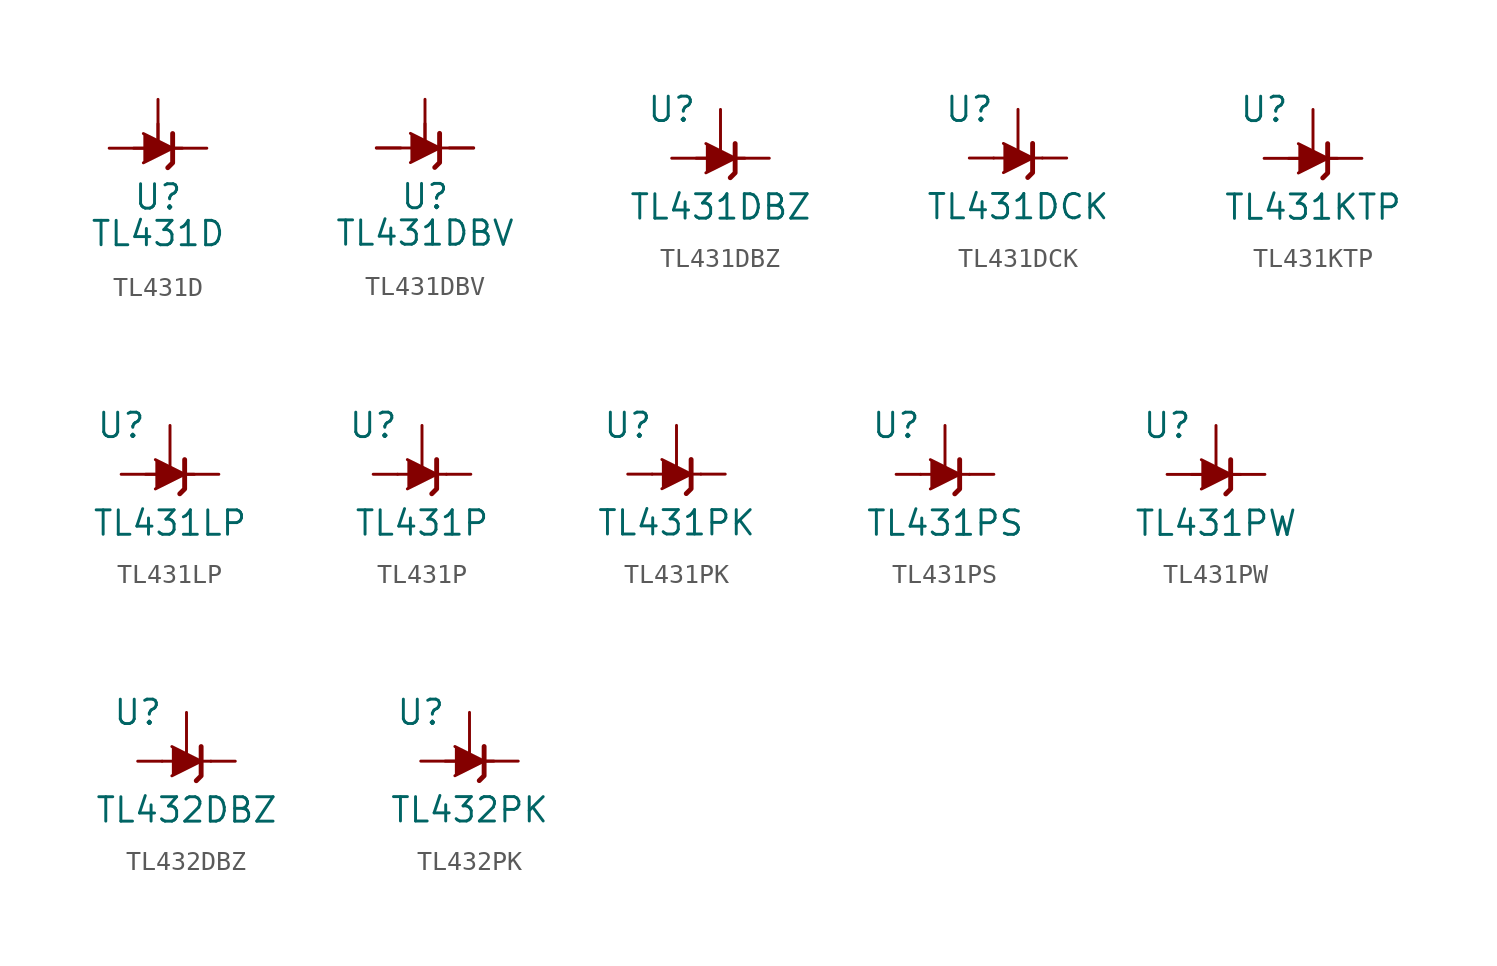
<source format=kicad_sym>
(kicad_symbol_lib
  (version 20201005)
  (generator kicad_symbol_editor)
  (symbol "TL431D"
    (pin_numbers hide)
    (pin_names hide)
    (property "Reference" "U"
      (at 0 -2.54 0)
      (effects (font (size 1.27 1.27))))
    (property "Value" "TL431D"
      (at 0 -4.445 0)
      (effects (font (size 1.27 1.27))))
    (symbol "TL431D_0_1"
      (polyline (pts (xy -1.27 0) (xy 0 0) (xy 1.27 0)) (stroke (width 0)) (fill (type none)))
      (polyline (pts (xy 0.508 -1.016) (xy 0.762 -0.762) (xy 0.762 0.762) (xy 0.762 0.762)) (stroke (width 0.254)) (fill (type none)))
      (polyline (pts (xy -0.762 0.762) (xy 0.762 0) (xy -0.762 -0.762)) (stroke (width 0)) (fill (type outline))))
    (symbol "TL431D_1_1"
      (polyline (pts (xy 0 1.27) (xy 0 0)) (stroke (width 0)) (fill (type none)))
      (pin passive line (at 2.54 0 180) (length 2.54) (name "K" (effects (font (size 1.27 1.27)))) (number "1" (effects (font (size 1.27 1.27)))))
      (pin passive line (at -2.54 0 0) (length 2.54) (name "A" (effects (font (size 1.27 1.27)))) (number "2" (effects (font (size 1.27 1.27)))))
      (pin passive line (at -2.54 0 0) (length 2.54) hide (name "A" (effects (font (size 1.27 1.27)))) (number "3" (effects (font (size 1.27 1.27)))))
      (pin passive line (at -2.54 0 0) (length 2.54) hide (name "A" (effects (font (size 1.27 1.27)))) (number "6" (effects (font (size 1.27 1.27)))))
      (pin passive line (at -2.54 0 0) (length 2.54) hide (name "A" (effects (font (size 1.27 1.27)))) (number "7" (effects (font (size 1.27 1.27)))))
      (pin passive line (at 0 2.54 270) (length 2.54) (name "REF" (effects (font (size 1.27 1.27)))) (number "8" (effects (font (size 1.27 1.27)))))))
  (symbol "TL431DBV"
    (pin_numbers hide)
    (pin_names hide)
    (property "Reference" "U"
      (at 0 -2.54 0)
      (effects (font (size 1.27 1.27))))
    (property "Value" "TL431DBV"
      (at 0 -4.445 0)
      (effects (font (size 1.27 1.27))))
    (symbol "TL431DBV_0_1"
      (polyline (pts (xy -2.54 0) (xy 0 0) (xy 2.54 0)) (stroke (width 0)) (fill (type none)))
      (polyline (pts (xy 0.508 -1.016) (xy 0.762 -0.762) (xy 0.762 0.762) (xy 0.762 0.762)) (stroke (width 0.254)) (fill (type none)))
      (polyline (pts (xy -0.762 0.762) (xy 0.762 0) (xy -0.762 -0.762)) (stroke (width 0)) (fill (type outline))))
    (symbol "TL431DBV_1_1"
      (polyline (pts (xy 0 1.27) (xy 0 0)) (stroke (width 0)) (fill (type none)))
      (pin passive line (at 2.54 0 180) (length 1.27) (name "K" (effects (font (size 1.27 1.27)))) (number "3" (effects (font (size 1.27 1.27)))))
      (pin passive line (at 0 2.54 270) (length 2.54) (name "REF" (effects (font (size 1.27 1.27)))) (number "4" (effects (font (size 1.27 1.27)))))
      (pin passive line (at -2.54 0 0) (length 1.27) (name "A" (effects (font (size 1.27 1.27)))) (number "5" (effects (font (size 1.27 1.27)))))))
  (symbol "TL431DBZ"
    (pin_numbers hide)
    (pin_names hide)
    (property "Reference" "U"
      (at -2.54 2.54 0)
      (effects (font (size 1.27 1.27))))
    (property "Value" "TL431DBZ"
      (at 0 -2.54 0)
      (effects (font (size 1.27 1.27))))
    (symbol "TL431DBZ_0_1"
      (polyline (pts (xy -1.27 0) (xy 0 0) (xy 1.27 0)) (stroke (width 0)) (fill (type none)))
      (polyline (pts (xy 0.508 -1.016) (xy 0.762 -0.762) (xy 0.762 0.762) (xy 0.762 0.762)) (stroke (width 0.254)) (fill (type none)))
      (polyline (pts (xy -0.762 0.762) (xy 0.762 0) (xy -0.762 -0.762)) (stroke (width 0)) (fill (type outline))))
    (symbol "TL431DBZ_1_1"
      (pin passive line (at 2.54 0 180) (length 2.54) (name "K" (effects (font (size 1.27 1.27)))) (number "1" (effects (font (size 1.27 1.27)))))
      (pin passive line (at 0 2.54 270) (length 2.54) (name "REF" (effects (font (size 1.27 1.27)))) (number "2" (effects (font (size 1.27 1.27)))))
      (pin passive line (at -2.54 0 0) (length 2.54) (name "A" (effects (font (size 1.27 1.27)))) (number "3" (effects (font (size 1.27 1.27)))))))
  (symbol "TL431DCK"
    (pin_numbers hide)
    (pin_names hide)
    (property "Reference" "U"
      (at -2.54 2.54 0)
      (effects (font (size 1.27 1.27))))
    (property "Value" "TL431DCK"
      (at 0 -2.54 0)
      (effects (font (size 1.27 1.27))))
    (symbol "TL431DCK_0_1"
      (polyline (pts (xy -1.27 0) (xy 0 0) (xy 1.27 0)) (stroke (width 0)) (fill (type none)))
      (polyline (pts (xy 0.508 -1.016) (xy 0.762 -0.762) (xy 0.762 0.762) (xy 0.762 0.762)) (stroke (width 0.254)) (fill (type none)))
      (polyline (pts (xy -0.762 0.762) (xy 0.762 0) (xy -0.762 -0.762)) (stroke (width 0)) (fill (type outline))))
    (symbol "TL431DCK_1_1"
      (pin passive line (at 2.54 0 180) (length 1.27) (name "K" (effects (font (size 1.27 1.27)))) (number "1" (effects (font (size 1.27 1.27)))))
      (pin passive line (at 0 2.54 270) (length 2.54) (name "REF" (effects (font (size 1.27 1.27)))) (number "3" (effects (font (size 1.27 1.27)))))
      (pin passive line (at -2.54 0 0) (length 1.27) (name "A" (effects (font (size 1.27 1.27)))) (number "6" (effects (font (size 1.27 1.27)))))))
  (symbol "TL431KTP"
    (pin_numbers hide)
    (pin_names hide)
    (property "Reference" "U"
      (at -2.54 2.54 0)
      (effects (font (size 1.27 1.27))))
    (property "Value" "TL431KTP"
      (at 0 -2.54 0)
      (effects (font (size 1.27 1.27))))
    (symbol "TL431KTP_0_1"
      (polyline (pts (xy -1.27 0) (xy 0 0) (xy 1.27 0)) (stroke (width 0)) (fill (type none)))
      (polyline (pts (xy 0.508 -1.016) (xy 0.762 -0.762) (xy 0.762 0.762) (xy 0.762 0.762)) (stroke (width 0.254)) (fill (type none)))
      (polyline (pts (xy -0.762 0.762) (xy 0.762 0) (xy -0.762 -0.762)) (stroke (width 0)) (fill (type outline))))
    (symbol "TL431KTP_1_1"
      (pin passive line (at 0 2.54 270) (length 2.54) (name "REF" (effects (font (size 1.27 1.27)))) (number "1" (effects (font (size 1.27 1.27)))))
      (pin passive line (at -2.54 0 0) (length 2.54) (name "A" (effects (font (size 1.27 1.27)))) (number "2" (effects (font (size 1.27 1.27)))))
      (pin passive line (at 2.54 0 180) (length 2.54) (name "K" (effects (font (size 1.27 1.27)))) (number "3" (effects (font (size 1.27 1.27)))))))
  (symbol "TL431LP"
    (pin_numbers hide)
    (pin_names hide)
    (property "Reference" "U"
      (at -2.54 2.54 0)
      (effects (font (size 1.27 1.27))))
    (property "Value" "TL431LP"
      (at 0 -2.54 0)
      (effects (font (size 1.27 1.27))))
    (symbol "TL431LP_0_1"
      (polyline (pts (xy -1.27 0) (xy 0 0) (xy 1.27 0)) (stroke (width 0)) (fill (type none)))
      (polyline (pts (xy 0.508 -1.016) (xy 0.762 -0.762) (xy 0.762 0.762) (xy 0.762 0.762)) (stroke (width 0.254)) (fill (type none)))
      (polyline (pts (xy -0.762 0.762) (xy 0.762 0) (xy -0.762 -0.762)) (stroke (width 0)) (fill (type outline))))
    (symbol "TL431LP_1_1"
      (pin passive line (at 0 2.54 270) (length 2.54) (name "REF" (effects (font (size 1.27 1.27)))) (number "1" (effects (font (size 1.27 1.27)))))
      (pin passive line (at -2.54 0 0) (length 2.54) (name "A" (effects (font (size 1.27 1.27)))) (number "2" (effects (font (size 1.27 1.27)))))
      (pin passive line (at 2.54 0 180) (length 2.54) (name "K" (effects (font (size 1.27 1.27)))) (number "3" (effects (font (size 1.27 1.27)))))))
  (symbol "TL431P"
    (pin_numbers hide)
    (pin_names hide)
    (property "Reference" "U"
      (at -2.54 2.54 0)
      (effects (font (size 1.27 1.27))))
    (property "Value" "TL431P"
      (at 0 -2.54 0)
      (effects (font (size 1.27 1.27))))
    (symbol "TL431P_0_1"
      (polyline (pts (xy -1.27 0) (xy 0 0) (xy 1.27 0)) (stroke (width 0)) (fill (type none)))
      (polyline (pts (xy 0.508 -1.016) (xy 0.762 -0.762) (xy 0.762 0.762) (xy 0.762 0.762)) (stroke (width 0.254)) (fill (type none)))
      (polyline (pts (xy -0.762 0.762) (xy 0.762 0) (xy -0.762 -0.762)) (stroke (width 0)) (fill (type outline))))
    (symbol "TL431P_1_1"
      (pin passive line (at 2.54 0 180) (length 1.27) (name "K" (effects (font (size 1.27 1.27)))) (number "1" (effects (font (size 1.27 1.27)))))
      (pin passive line (at -2.54 0 0) (length 1.27) (name "A" (effects (font (size 1.27 1.27)))) (number "6" (effects (font (size 1.27 1.27)))))
      (pin passive line (at 0 2.54 270) (length 2.54) (name "REF" (effects (font (size 1.27 1.27)))) (number "8" (effects (font (size 1.27 1.27)))))))
  (symbol "TL431PK"
    (pin_numbers hide)
    (pin_names hide)
    (property "Reference" "U"
      (at -2.54 2.54 0)
      (effects (font (size 1.27 1.27))))
    (property "Value" "TL431PK"
      (at 0 -2.54 0)
      (effects (font (size 1.27 1.27))))
    (symbol "TL431PK_0_1"
      (polyline (pts (xy -1.27 0) (xy 0 0) (xy 1.27 0)) (stroke (width 0)) (fill (type none)))
      (polyline (pts (xy 0.508 -1.016) (xy 0.762 -0.762) (xy 0.762 0.762) (xy 0.762 0.762)) (stroke (width 0.254)) (fill (type none)))
      (polyline (pts (xy -0.762 0.762) (xy 0.762 0) (xy -0.762 -0.762)) (stroke (width 0)) (fill (type outline))))
    (symbol "TL431PK_1_1"
      (pin passive line (at 0 2.54 270) (length 2.54) (name "REF" (effects (font (size 1.27 1.27)))) (number "1" (effects (font (size 1.27 1.27)))))
      (pin passive line (at -2.54 0 0) (length 1.27) (name "A" (effects (font (size 1.27 1.27)))) (number "2" (effects (font (size 1.27 1.27)))))
      (pin passive line (at 2.54 0 180) (length 1.27) (name "K" (effects (font (size 1.27 1.27)))) (number "3" (effects (font (size 1.27 1.27)))))))
  (symbol "TL431PS"
    (pin_numbers hide)
    (pin_names hide)
    (property "Reference" "U"
      (at -2.54 2.54 0)
      (effects (font (size 1.27 1.27))))
    (property "Value" "TL431PS"
      (at 0 -2.54 0)
      (effects (font (size 1.27 1.27))))
    (symbol "TL431PS_0_1"
      (polyline (pts (xy -1.27 0) (xy 0 0) (xy 1.27 0)) (stroke (width 0)) (fill (type none)))
      (polyline (pts (xy 0.508 -1.016) (xy 0.762 -0.762) (xy 0.762 0.762) (xy 0.762 0.762)) (stroke (width 0.254)) (fill (type none)))
      (polyline (pts (xy -0.762 0.762) (xy 0.762 0) (xy -0.762 -0.762)) (stroke (width 0)) (fill (type outline))))
    (symbol "TL431PS_1_1"
      (pin passive line (at 2.54 0 180) (length 1.27) (name "K" (effects (font (size 1.27 1.27)))) (number "1" (effects (font (size 1.27 1.27)))))
      (pin passive line (at -2.54 0 0) (length 1.27) (name "A" (effects (font (size 1.27 1.27)))) (number "6" (effects (font (size 1.27 1.27)))))
      (pin passive line (at 0 2.54 270) (length 2.54) (name "REF" (effects (font (size 1.27 1.27)))) (number "8" (effects (font (size 1.27 1.27)))))))
  (symbol "TL431PW"
    (pin_numbers hide)
    (pin_names hide)
    (property "Reference" "U"
      (at -2.54 2.54 0)
      (effects (font (size 1.27 1.27))))
    (property "Value" "TL431PW"
      (at 0 -2.54 0)
      (effects (font (size 1.27 1.27))))
    (symbol "TL431PW_0_1"
      (polyline (pts (xy -1.27 0) (xy 0 0) (xy 1.27 0)) (stroke (width 0)) (fill (type none)))
      (polyline (pts (xy 0.508 -1.016) (xy 0.762 -0.762) (xy 0.762 0.762) (xy 0.762 0.762)) (stroke (width 0.254)) (fill (type none)))
      (polyline (pts (xy -0.762 0.762) (xy 0.762 0) (xy -0.762 -0.762)) (stroke (width 0)) (fill (type outline))))
    (symbol "TL431PW_1_1"
      (pin passive line (at 2.54 0 180) (length 2.54) (name "K" (effects (font (size 1.27 1.27)))) (number "1" (effects (font (size 1.27 1.27)))))
      (pin passive line (at -2.54 0 0) (length 2.54) (name "A" (effects (font (size 1.27 1.27)))) (number "6" (effects (font (size 1.27 1.27)))))
      (pin passive line (at 0 2.54 270) (length 2.54) (name "REF" (effects (font (size 1.27 1.27)))) (number "8" (effects (font (size 1.27 1.27)))))))
  (symbol "TL432DBZ"
    (pin_numbers hide)
    (pin_names hide)
    (property "Reference" "U"
      (at -2.54 2.54 0)
      (effects (font (size 1.27 1.27))))
    (property "Value" "TL432DBZ"
      (at 0 -2.54 0)
      (effects (font (size 1.27 1.27))))
    (symbol "TL432DBZ_0_1"
      (polyline (pts (xy -1.27 0) (xy 0 0) (xy 1.27 0)) (stroke (width 0)) (fill (type none)))
      (polyline (pts (xy 0.508 -1.016) (xy 0.762 -0.762) (xy 0.762 0.762) (xy 0.762 0.762)) (stroke (width 0.254)) (fill (type none)))
      (polyline (pts (xy -0.762 0.762) (xy 0.762 0) (xy -0.762 -0.762)) (stroke (width 0)) (fill (type outline))))
    (symbol "TL432DBZ_1_1"
      (pin passive line (at 0 2.54 270) (length 2.54) (name "REF" (effects (font (size 1.27 1.27)))) (number "1" (effects (font (size 1.27 1.27)))))
      (pin passive line (at 2.54 0 180) (length 1.27) (name "K" (effects (font (size 1.27 1.27)))) (number "2" (effects (font (size 1.27 1.27)))))
      (pin passive line (at -2.54 0 0) (length 1.27) (name "A" (effects (font (size 1.27 1.27)))) (number "3" (effects (font (size 1.27 1.27)))))))
  (symbol "TL432PK"
    (pin_numbers hide)
    (pin_names hide)
    (property "Reference" "U"
      (at -2.54 2.54 0)
      (effects (font (size 1.27 1.27))))
    (property "Value" "TL432PK"
      (at 0 -2.54 0)
      (effects (font (size 1.27 1.27))))
    (symbol "TL432PK_0_1"
      (polyline (pts (xy -1.27 0) (xy 0 0) (xy 1.27 0)) (stroke (width 0)) (fill (type none)))
      (polyline (pts (xy 0.508 -1.016) (xy 0.762 -0.762) (xy 0.762 0.762) (xy 0.762 0.762)) (stroke (width 0.254)) (fill (type none)))
      (polyline (pts (xy -0.762 0.762) (xy 0.762 0) (xy -0.762 -0.762)) (stroke (width 0)) (fill (type outline))))
    (symbol "TL432PK_1_1"
      (pin passive line (at 2.54 0 180) (length 2.54) (name "K" (effects (font (size 1.27 1.27)))) (number "1" (effects (font (size 1.27 1.27)))))
      (pin passive line (at -2.54 0 0) (length 2.54) (name "A" (effects (font (size 1.27 1.27)))) (number "2" (effects (font (size 1.27 1.27)))))
      (pin passive line (at 0 2.54 270) (length 2.54) (name "REF" (effects (font (size 1.27 1.27)))) (number "3" (effects (font (size 1.27 1.27))))))))
</source>
